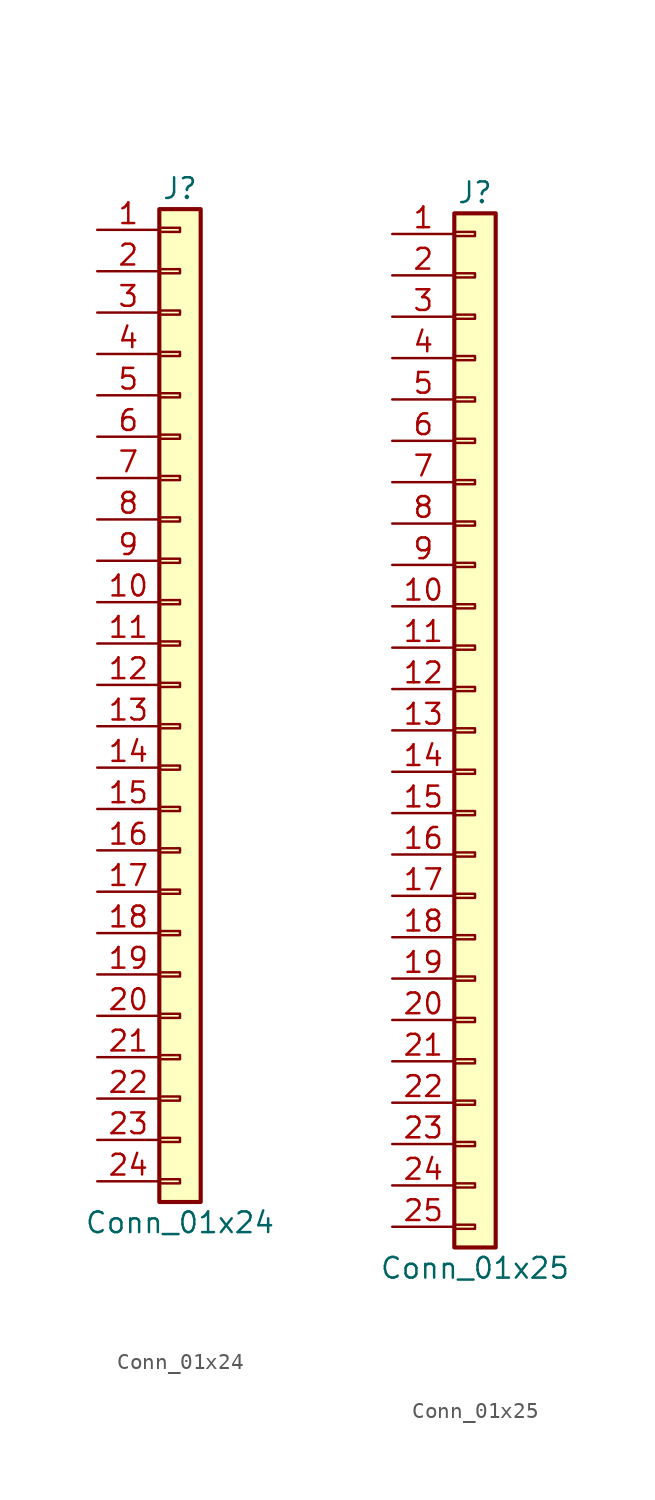
<source format=kicad_sym>
(kicad_symbol_lib
  (version 20201005)
  (generator kicad_symbol_editor)
  (symbol "Connector_Generic:Conn_01x24"
    (pin_names
      (offset 1.016) hide)
    (property "Reference" "J"
      (at 0 30.48 0)
      (effects (font (size 1.27 1.27))))
    (property "Value" "Conn_01x24"
      (at 0 -33.02 0)
      (effects (font (size 1.27 1.27))))
    (symbol "Conn_01x24_1_1"
      (rectangle (start -1.27 -27.813) (end 0 -28.067) (stroke (width 0.152)) (fill (type none)))
      (rectangle (start -1.27 -30.353) (end 0 -30.607) (stroke (width 0.152)) (fill (type none)))
      (rectangle (start -1.27 -4.953) (end 0 -5.207) (stroke (width 0.152)) (fill (type none)))
      (rectangle (start -1.27 -7.493) (end 0 -7.747) (stroke (width 0.152)) (fill (type none)))
      (rectangle (start -1.27 -10.033) (end 0 -10.287) (stroke (width 0.152)) (fill (type none)))
      (rectangle (start -1.27 -12.573) (end 0 -12.827) (stroke (width 0.152)) (fill (type none)))
      (rectangle (start -1.27 -15.113) (end 0 -15.367) (stroke (width 0.152)) (fill (type none)))
      (rectangle (start -1.27 -17.653) (end 0 -17.907) (stroke (width 0.152)) (fill (type none)))
      (rectangle (start -1.27 -20.193) (end 0 -20.447) (stroke (width 0.152)) (fill (type none)))
      (rectangle (start -1.27 -22.733) (end 0 -22.987) (stroke (width 0.152)) (fill (type none)))
      (rectangle (start -1.27 -2.413) (end 0 -2.667) (stroke (width 0.152)) (fill (type none)))
      (rectangle (start -1.27 -25.273) (end 0 -25.527) (stroke (width 0.152)) (fill (type none)))
      (rectangle (start -1.27 25.527) (end 0 25.273) (stroke (width 0.152)) (fill (type none)))
      (rectangle (start -1.27 2.667) (end 0 2.413) (stroke (width 0.152)) (fill (type none)))
      (rectangle (start -1.27 28.067) (end 0 27.813) (stroke (width 0.152)) (fill (type none)))
      (rectangle (start -1.27 29.21) (end 1.27 -31.75) (stroke (width 0.254)) (fill (type background)))
      (rectangle (start -1.27 5.207) (end 0 4.953) (stroke (width 0.152)) (fill (type none)))
      (rectangle (start -1.27 7.747) (end 0 7.493) (stroke (width 0.152)) (fill (type none)))
      (rectangle (start -1.27 10.287) (end 0 10.033) (stroke (width 0.152)) (fill (type none)))
      (rectangle (start -1.27 0.127) (end 0 -0.127) (stroke (width 0.152)) (fill (type none)))
      (rectangle (start -1.27 12.827) (end 0 12.573) (stroke (width 0.152)) (fill (type none)))
      (rectangle (start -1.27 15.367) (end 0 15.113) (stroke (width 0.152)) (fill (type none)))
      (rectangle (start -1.27 17.907) (end 0 17.653) (stroke (width 0.152)) (fill (type none)))
      (rectangle (start -1.27 20.447) (end 0 20.193) (stroke (width 0.152)) (fill (type none)))
      (rectangle (start -1.27 22.987) (end 0 22.733) (stroke (width 0.152)) (fill (type none)))
      (pin passive line (at -5.08 27.94 0) (length 3.81) (name "Pin_1" (effects (font (size 1.27 1.27)))) (number "1" (effects (font (size 1.27 1.27)))))
      (pin passive line (at -5.08 5.08 0) (length 3.81) (name "Pin_10" (effects (font (size 1.27 1.27)))) (number "10" (effects (font (size 1.27 1.27)))))
      (pin passive line (at -5.08 2.54 0) (length 3.81) (name "Pin_11" (effects (font (size 1.27 1.27)))) (number "11" (effects (font (size 1.27 1.27)))))
      (pin passive line (at -5.08 0 0) (length 3.81) (name "Pin_12" (effects (font (size 1.27 1.27)))) (number "12" (effects (font (size 1.27 1.27)))))
      (pin passive line (at -5.08 -2.54 0) (length 3.81) (name "Pin_13" (effects (font (size 1.27 1.27)))) (number "13" (effects (font (size 1.27 1.27)))))
      (pin passive line (at -5.08 -5.08 0) (length 3.81) (name "Pin_14" (effects (font (size 1.27 1.27)))) (number "14" (effects (font (size 1.27 1.27)))))
      (pin passive line (at -5.08 -7.62 0) (length 3.81) (name "Pin_15" (effects (font (size 1.27 1.27)))) (number "15" (effects (font (size 1.27 1.27)))))
      (pin passive line (at -5.08 -10.16 0) (length 3.81) (name "Pin_16" (effects (font (size 1.27 1.27)))) (number "16" (effects (font (size 1.27 1.27)))))
      (pin passive line (at -5.08 -12.7 0) (length 3.81) (name "Pin_17" (effects (font (size 1.27 1.27)))) (number "17" (effects (font (size 1.27 1.27)))))
      (pin passive line (at -5.08 -15.24 0) (length 3.81) (name "Pin_18" (effects (font (size 1.27 1.27)))) (number "18" (effects (font (size 1.27 1.27)))))
      (pin passive line (at -5.08 -17.78 0) (length 3.81) (name "Pin_19" (effects (font (size 1.27 1.27)))) (number "19" (effects (font (size 1.27 1.27)))))
      (pin passive line (at -5.08 25.4 0) (length 3.81) (name "Pin_2" (effects (font (size 1.27 1.27)))) (number "2" (effects (font (size 1.27 1.27)))))
      (pin passive line (at -5.08 -20.32 0) (length 3.81) (name "Pin_20" (effects (font (size 1.27 1.27)))) (number "20" (effects (font (size 1.27 1.27)))))
      (pin passive line (at -5.08 -22.86 0) (length 3.81) (name "Pin_21" (effects (font (size 1.27 1.27)))) (number "21" (effects (font (size 1.27 1.27)))))
      (pin passive line (at -5.08 -25.4 0) (length 3.81) (name "Pin_22" (effects (font (size 1.27 1.27)))) (number "22" (effects (font (size 1.27 1.27)))))
      (pin passive line (at -5.08 -27.94 0) (length 3.81) (name "Pin_23" (effects (font (size 1.27 1.27)))) (number "23" (effects (font (size 1.27 1.27)))))
      (pin passive line (at -5.08 -30.48 0) (length 3.81) (name "Pin_24" (effects (font (size 1.27 1.27)))) (number "24" (effects (font (size 1.27 1.27)))))
      (pin passive line (at -5.08 22.86 0) (length 3.81) (name "Pin_3" (effects (font (size 1.27 1.27)))) (number "3" (effects (font (size 1.27 1.27)))))
      (pin passive line (at -5.08 20.32 0) (length 3.81) (name "Pin_4" (effects (font (size 1.27 1.27)))) (number "4" (effects (font (size 1.27 1.27)))))
      (pin passive line (at -5.08 17.78 0) (length 3.81) (name "Pin_5" (effects (font (size 1.27 1.27)))) (number "5" (effects (font (size 1.27 1.27)))))
      (pin passive line (at -5.08 15.24 0) (length 3.81) (name "Pin_6" (effects (font (size 1.27 1.27)))) (number "6" (effects (font (size 1.27 1.27)))))
      (pin passive line (at -5.08 12.7 0) (length 3.81) (name "Pin_7" (effects (font (size 1.27 1.27)))) (number "7" (effects (font (size 1.27 1.27)))))
      (pin passive line (at -5.08 10.16 0) (length 3.81) (name "Pin_8" (effects (font (size 1.27 1.27)))) (number "8" (effects (font (size 1.27 1.27)))))
      (pin passive line (at -5.08 7.62 0) (length 3.81) (name "Pin_9" (effects (font (size 1.27 1.27)))) (number "9" (effects (font (size 1.27 1.27)))))))
  (symbol "Connector_Generic:Conn_01x25"
    (pin_names
      (offset 1.016) hide)
    (property "Reference" "J"
      (at 0 33.02 0)
      (effects (font (size 1.27 1.27))))
    (property "Value" "Conn_01x25"
      (at 0 -33.02 0)
      (effects (font (size 1.27 1.27))))
    (symbol "Conn_01x25_1_1"
      (rectangle (start -1.27 -27.813) (end 0 -28.067) (stroke (width 0.152)) (fill (type none)))
      (rectangle (start -1.27 -30.353) (end 0 -30.607) (stroke (width 0.152)) (fill (type none)))
      (rectangle (start -1.27 -4.953) (end 0 -5.207) (stroke (width 0.152)) (fill (type none)))
      (rectangle (start -1.27 -7.493) (end 0 -7.747) (stroke (width 0.152)) (fill (type none)))
      (rectangle (start -1.27 -10.033) (end 0 -10.287) (stroke (width 0.152)) (fill (type none)))
      (rectangle (start -1.27 -12.573) (end 0 -12.827) (stroke (width 0.152)) (fill (type none)))
      (rectangle (start -1.27 -15.113) (end 0 -15.367) (stroke (width 0.152)) (fill (type none)))
      (rectangle (start -1.27 -17.653) (end 0 -17.907) (stroke (width 0.152)) (fill (type none)))
      (rectangle (start -1.27 -20.193) (end 0 -20.447) (stroke (width 0.152)) (fill (type none)))
      (rectangle (start -1.27 -22.733) (end 0 -22.987) (stroke (width 0.152)) (fill (type none)))
      (rectangle (start -1.27 -2.413) (end 0 -2.667) (stroke (width 0.152)) (fill (type none)))
      (rectangle (start -1.27 -25.273) (end 0 -25.527) (stroke (width 0.152)) (fill (type none)))
      (rectangle (start -1.27 25.527) (end 0 25.273) (stroke (width 0.152)) (fill (type none)))
      (rectangle (start -1.27 2.667) (end 0 2.413) (stroke (width 0.152)) (fill (type none)))
      (rectangle (start -1.27 28.067) (end 0 27.813) (stroke (width 0.152)) (fill (type none)))
      (rectangle (start -1.27 30.607) (end 0 30.353) (stroke (width 0.152)) (fill (type none)))
      (rectangle (start -1.27 31.75) (end 1.27 -31.75) (stroke (width 0.254)) (fill (type background)))
      (rectangle (start -1.27 5.207) (end 0 4.953) (stroke (width 0.152)) (fill (type none)))
      (rectangle (start -1.27 7.747) (end 0 7.493) (stroke (width 0.152)) (fill (type none)))
      (rectangle (start -1.27 10.287) (end 0 10.033) (stroke (width 0.152)) (fill (type none)))
      (rectangle (start -1.27 0.127) (end 0 -0.127) (stroke (width 0.152)) (fill (type none)))
      (rectangle (start -1.27 12.827) (end 0 12.573) (stroke (width 0.152)) (fill (type none)))
      (rectangle (start -1.27 15.367) (end 0 15.113) (stroke (width 0.152)) (fill (type none)))
      (rectangle (start -1.27 17.907) (end 0 17.653) (stroke (width 0.152)) (fill (type none)))
      (rectangle (start -1.27 20.447) (end 0 20.193) (stroke (width 0.152)) (fill (type none)))
      (rectangle (start -1.27 22.987) (end 0 22.733) (stroke (width 0.152)) (fill (type none)))
      (pin passive line (at -5.08 30.48 0) (length 3.81) (name "Pin_1" (effects (font (size 1.27 1.27)))) (number "1" (effects (font (size 1.27 1.27)))))
      (pin passive line (at -5.08 7.62 0) (length 3.81) (name "Pin_10" (effects (font (size 1.27 1.27)))) (number "10" (effects (font (size 1.27 1.27)))))
      (pin passive line (at -5.08 5.08 0) (length 3.81) (name "Pin_11" (effects (font (size 1.27 1.27)))) (number "11" (effects (font (size 1.27 1.27)))))
      (pin passive line (at -5.08 2.54 0) (length 3.81) (name "Pin_12" (effects (font (size 1.27 1.27)))) (number "12" (effects (font (size 1.27 1.27)))))
      (pin passive line (at -5.08 0 0) (length 3.81) (name "Pin_13" (effects (font (size 1.27 1.27)))) (number "13" (effects (font (size 1.27 1.27)))))
      (pin passive line (at -5.08 -2.54 0) (length 3.81) (name "Pin_14" (effects (font (size 1.27 1.27)))) (number "14" (effects (font (size 1.27 1.27)))))
      (pin passive line (at -5.08 -5.08 0) (length 3.81) (name "Pin_15" (effects (font (size 1.27 1.27)))) (number "15" (effects (font (size 1.27 1.27)))))
      (pin passive line (at -5.08 -7.62 0) (length 3.81) (name "Pin_16" (effects (font (size 1.27 1.27)))) (number "16" (effects (font (size 1.27 1.27)))))
      (pin passive line (at -5.08 -10.16 0) (length 3.81) (name "Pin_17" (effects (font (size 1.27 1.27)))) (number "17" (effects (font (size 1.27 1.27)))))
      (pin passive line (at -5.08 -12.7 0) (length 3.81) (name "Pin_18" (effects (font (size 1.27 1.27)))) (number "18" (effects (font (size 1.27 1.27)))))
      (pin passive line (at -5.08 -15.24 0) (length 3.81) (name "Pin_19" (effects (font (size 1.27 1.27)))) (number "19" (effects (font (size 1.27 1.27)))))
      (pin passive line (at -5.08 27.94 0) (length 3.81) (name "Pin_2" (effects (font (size 1.27 1.27)))) (number "2" (effects (font (size 1.27 1.27)))))
      (pin passive line (at -5.08 -17.78 0) (length 3.81) (name "Pin_20" (effects (font (size 1.27 1.27)))) (number "20" (effects (font (size 1.27 1.27)))))
      (pin passive line (at -5.08 -20.32 0) (length 3.81) (name "Pin_21" (effects (font (size 1.27 1.27)))) (number "21" (effects (font (size 1.27 1.27)))))
      (pin passive line (at -5.08 -22.86 0) (length 3.81) (name "Pin_22" (effects (font (size 1.27 1.27)))) (number "22" (effects (font (size 1.27 1.27)))))
      (pin passive line (at -5.08 -25.4 0) (length 3.81) (name "Pin_23" (effects (font (size 1.27 1.27)))) (number "23" (effects (font (size 1.27 1.27)))))
      (pin passive line (at -5.08 -27.94 0) (length 3.81) (name "Pin_24" (effects (font (size 1.27 1.27)))) (number "24" (effects (font (size 1.27 1.27)))))
      (pin passive line (at -5.08 -30.48 0) (length 3.81) (name "Pin_25" (effects (font (size 1.27 1.27)))) (number "25" (effects (font (size 1.27 1.27)))))
      (pin passive line (at -5.08 25.4 0) (length 3.81) (name "Pin_3" (effects (font (size 1.27 1.27)))) (number "3" (effects (font (size 1.27 1.27)))))
      (pin passive line (at -5.08 22.86 0) (length 3.81) (name "Pin_4" (effects (font (size 1.27 1.27)))) (number "4" (effects (font (size 1.27 1.27)))))
      (pin passive line (at -5.08 20.32 0) (length 3.81) (name "Pin_5" (effects (font (size 1.27 1.27)))) (number "5" (effects (font (size 1.27 1.27)))))
      (pin passive line (at -5.08 17.78 0) (length 3.81) (name "Pin_6" (effects (font (size 1.27 1.27)))) (number "6" (effects (font (size 1.27 1.27)))))
      (pin passive line (at -5.08 15.24 0) (length 3.81) (name "Pin_7" (effects (font (size 1.27 1.27)))) (number "7" (effects (font (size 1.27 1.27)))))
      (pin passive line (at -5.08 12.7 0) (length 3.81) (name "Pin_8" (effects (font (size 1.27 1.27)))) (number "8" (effects (font (size 1.27 1.27)))))
      (pin passive line (at -5.08 10.16 0) (length 3.81) (name "Pin_9" (effects (font (size 1.27 1.27)))) (number "9" (effects (font (size 1.27 1.27))))))))
</source>
